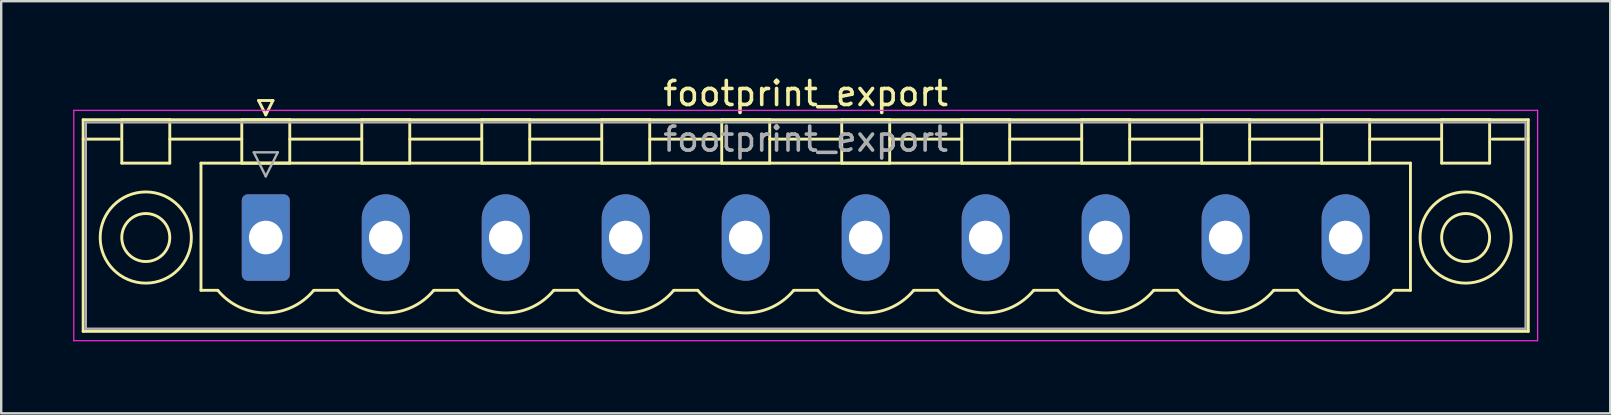
<source format=kicad_pcb>
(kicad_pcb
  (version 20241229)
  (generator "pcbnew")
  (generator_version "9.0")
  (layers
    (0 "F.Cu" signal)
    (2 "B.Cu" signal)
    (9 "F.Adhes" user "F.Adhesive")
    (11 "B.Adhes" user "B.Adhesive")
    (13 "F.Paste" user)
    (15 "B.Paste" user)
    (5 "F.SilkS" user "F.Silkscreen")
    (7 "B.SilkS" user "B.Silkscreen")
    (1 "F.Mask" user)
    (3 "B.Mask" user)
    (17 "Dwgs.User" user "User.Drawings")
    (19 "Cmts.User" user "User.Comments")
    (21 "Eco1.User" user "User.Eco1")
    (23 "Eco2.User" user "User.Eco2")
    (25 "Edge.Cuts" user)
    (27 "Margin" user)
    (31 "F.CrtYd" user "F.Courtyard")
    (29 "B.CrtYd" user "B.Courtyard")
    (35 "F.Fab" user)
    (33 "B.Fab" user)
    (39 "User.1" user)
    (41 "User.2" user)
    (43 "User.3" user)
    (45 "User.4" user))
  (footprint "footprint_export"
    (layer "F.Cu")
    (at 8.025 6.848)
    (property "Reference" "footprint_export" (at 22.5 -6 0) (layer "F.SilkS") (effects (font (size 1 1) (thickness 0.15))))
    (attr through_hole)
    (fp_line (start -7.61 -4.91) (end -7.61 3.91) (stroke (width 0.12) (type solid)) (layer "F.SilkS"))
    (fp_line (start -7.61 -4.1) (end -6.11 -4.1) (stroke (width 0.12) (type solid)) (layer "F.SilkS"))
    (fp_line (start -7.61 3.91) (end 52.61 3.91) (stroke (width 0.12) (type solid)) (layer "F.SilkS"))
    (fp_line (start -6 -4.91) (end -4 -4.91) (stroke (width 0.12) (type solid)) (layer "F.SilkS"))
    (fp_line (start -6 -3.1) (end -6 -4.91) (stroke (width 0.12) (type solid)) (layer "F.SilkS"))
    (fp_line (start -4 -4.91) (end -4 -3.1) (stroke (width 0.12) (type solid)) (layer "F.SilkS"))
    (fp_line (start -4 -4.1) (end -1 -4.1) (stroke (width 0.12) (type solid)) (layer "F.SilkS"))
    (fp_line (start -4 -3.1) (end -6 -3.1) (stroke (width 0.12) (type solid)) (layer "F.SilkS"))
    (fp_line (start -2.7 -3.1) (end 47.7 -3.1) (stroke (width 0.12) (type solid)) (layer "F.SilkS"))
    (fp_line (start -2.7 2.2) (end -2.7 -3.1) (stroke (width 0.12) (type solid)) (layer "F.SilkS"))
    (fp_line (start -2 2.2) (end -2.7 2.2) (stroke (width 0.12) (type solid)) (layer "F.SilkS"))
    (fp_line (start -1 -4.91) (end 1 -4.91) (stroke (width 0.12) (type solid)) (layer "F.SilkS"))
    (fp_line (start -1 -3.1) (end -1 -4.91) (stroke (width 0.12) (type solid)) (layer "F.SilkS"))
    (fp_line (start -0.3 -5.71) (end 0.3 -5.71) (stroke (width 0.12) (type solid)) (layer "F.SilkS"))
    (fp_line (start 0 -5.11) (end -0.3 -5.71) (stroke (width 0.12) (type solid)) (layer "F.SilkS"))
    (fp_line (start 0.3 -5.71) (end 0 -5.11) (stroke (width 0.12) (type solid)) (layer "F.SilkS"))
    (fp_line (start 1 -4.91) (end 1 -3.1) (stroke (width 0.12) (type solid)) (layer "F.SilkS"))
    (fp_line (start 1 -4.1) (end 4 -4.1) (stroke (width 0.12) (type solid)) (layer "F.SilkS"))
    (fp_line (start 1 -3.1) (end -1 -3.1) (stroke (width 0.12) (type solid)) (layer "F.SilkS"))
    (fp_line (start 2 2.2) (end 3 2.2) (stroke (width 0.12) (type solid)) (layer "F.SilkS"))
    (fp_line (start 4 -4.91) (end 6 -4.91) (stroke (width 0.12) (type solid)) (layer "F.SilkS"))
    (fp_line (start 4 -3.1) (end 4 -4.91) (stroke (width 0.12) (type solid)) (layer "F.SilkS"))
    (fp_line (start 6 -4.91) (end 6 -3.1) (stroke (width 0.12) (type solid)) (layer "F.SilkS"))
    (fp_line (start 6 -4.1) (end 9 -4.1) (stroke (width 0.12) (type solid)) (layer "F.SilkS"))
    (fp_line (start 6 -3.1) (end 4 -3.1) (stroke (width 0.12) (type solid)) (layer "F.SilkS"))
    (fp_line (start 7 2.2) (end 8 2.2) (stroke (width 0.12) (type solid)) (layer "F.SilkS"))
    (fp_line (start 9 -4.91) (end 11 -4.91) (stroke (width 0.12) (type solid)) (layer "F.SilkS"))
    (fp_line (start 9 -3.1) (end 9 -4.91) (stroke (width 0.12) (type solid)) (layer "F.SilkS"))
    (fp_line (start 11 -4.91) (end 11 -3.1) (stroke (width 0.12) (type solid)) (layer "F.SilkS"))
    (fp_line (start 11 -4.1) (end 14 -4.1) (stroke (width 0.12) (type solid)) (layer "F.SilkS"))
    (fp_line (start 11 -3.1) (end 9 -3.1) (stroke (width 0.12) (type solid)) (layer "F.SilkS"))
    (fp_line (start 12 2.2) (end 13 2.2) (stroke (width 0.12) (type solid)) (layer "F.SilkS"))
    (fp_line (start 14 -4.91) (end 16 -4.91) (stroke (width 0.12) (type solid)) (layer "F.SilkS"))
    (fp_line (start 14 -3.1) (end 14 -4.91) (stroke (width 0.12) (type solid)) (layer "F.SilkS"))
    (fp_line (start 16 -4.91) (end 16 -3.1) (stroke (width 0.12) (type solid)) (layer "F.SilkS"))
    (fp_line (start 16 -4.1) (end 19 -4.1) (stroke (width 0.12) (type solid)) (layer "F.SilkS"))
    (fp_line (start 16 -3.1) (end 14 -3.1) (stroke (width 0.12) (type solid)) (layer "F.SilkS"))
    (fp_line (start 17 2.2) (end 18 2.2) (stroke (width 0.12) (type solid)) (layer "F.SilkS"))
    (fp_line (start 19 -4.91) (end 21 -4.91) (stroke (width 0.12) (type solid)) (layer "F.SilkS"))
    (fp_line (start 19 -3.1) (end 19 -4.91) (stroke (width 0.12) (type solid)) (layer "F.SilkS"))
    (fp_line (start 21 -4.91) (end 21 -3.1) (stroke (width 0.12) (type solid)) (layer "F.SilkS"))
    (fp_line (start 21 -4.1) (end 24 -4.1) (stroke (width 0.12) (type solid)) (layer "F.SilkS"))
    (fp_line (start 21 -3.1) (end 19 -3.1) (stroke (width 0.12) (type solid)) (layer "F.SilkS"))
    (fp_line (start 22 2.2) (end 23 2.2) (stroke (width 0.12) (type solid)) (layer "F.SilkS"))
    (fp_line (start 24 -4.91) (end 26 -4.91) (stroke (width 0.12) (type solid)) (layer "F.SilkS"))
    (fp_line (start 24 -3.1) (end 24 -4.91) (stroke (width 0.12) (type solid)) (layer "F.SilkS"))
    (fp_line (start 26 -4.91) (end 26 -3.1) (stroke (width 0.12) (type solid)) (layer "F.SilkS"))
    (fp_line (start 26 -4.1) (end 29 -4.1) (stroke (width 0.12) (type solid)) (layer "F.SilkS"))
    (fp_line (start 26 -3.1) (end 24 -3.1) (stroke (width 0.12) (type solid)) (layer "F.SilkS"))
    (fp_line (start 27 2.2) (end 28 2.2) (stroke (width 0.12) (type solid)) (layer "F.SilkS"))
    (fp_line (start 29 -4.91) (end 31 -4.91) (stroke (width 0.12) (type solid)) (layer "F.SilkS"))
    (fp_line (start 29 -3.1) (end 29 -4.91) (stroke (width 0.12) (type solid)) (layer "F.SilkS"))
    (fp_line (start 31 -4.91) (end 31 -3.1) (stroke (width 0.12) (type solid)) (layer "F.SilkS"))
    (fp_line (start 31 -4.1) (end 34 -4.1) (stroke (width 0.12) (type solid)) (layer "F.SilkS"))
    (fp_line (start 31 -3.1) (end 29 -3.1) (stroke (width 0.12) (type solid)) (layer "F.SilkS"))
    (fp_line (start 32 2.2) (end 33 2.2) (stroke (width 0.12) (type solid)) (layer "F.SilkS"))
    (fp_line (start 34 -4.91) (end 36 -4.91) (stroke (width 0.12) (type solid)) (layer "F.SilkS"))
    (fp_line (start 34 -3.1) (end 34 -4.91) (stroke (width 0.12) (type solid)) (layer "F.SilkS"))
    (fp_line (start 36 -4.91) (end 36 -3.1) (stroke (width 0.12) (type solid)) (layer "F.SilkS"))
    (fp_line (start 36 -4.1) (end 39 -4.1) (stroke (width 0.12) (type solid)) (layer "F.SilkS"))
    (fp_line (start 36 -3.1) (end 34 -3.1) (stroke (width 0.12) (type solid)) (layer "F.SilkS"))
    (fp_line (start 37 2.2) (end 38 2.2) (stroke (width 0.12) (type solid)) (layer "F.SilkS"))
    (fp_line (start 39 -4.91) (end 41 -4.91) (stroke (width 0.12) (type solid)) (layer "F.SilkS"))
    (fp_line (start 39 -3.1) (end 39 -4.91) (stroke (width 0.12) (type solid)) (layer "F.SilkS"))
    (fp_line (start 41 -4.91) (end 41 -3.1) (stroke (width 0.12) (type solid)) (layer "F.SilkS"))
    (fp_line (start 41 -4.1) (end 44 -4.1) (stroke (width 0.12) (type solid)) (layer "F.SilkS"))
    (fp_line (start 41 -3.1) (end 39 -3.1) (stroke (width 0.12) (type solid)) (layer "F.SilkS"))
    (fp_line (start 42 2.2) (end 43 2.2) (stroke (width 0.12) (type solid)) (layer "F.SilkS"))
    (fp_line (start 44 -4.91) (end 46 -4.91) (stroke (width 0.12) (type solid)) (layer "F.SilkS"))
    (fp_line (start 44 -3.1) (end 44 -4.91) (stroke (width 0.12) (type solid)) (layer "F.SilkS"))
    (fp_line (start 46 -4.91) (end 46 -3.1) (stroke (width 0.12) (type solid)) (layer "F.SilkS"))
    (fp_line (start 46 -4.1) (end 49 -4.1) (stroke (width 0.12) (type solid)) (layer "F.SilkS"))
    (fp_line (start 46 -3.1) (end 44 -3.1) (stroke (width 0.12) (type solid)) (layer "F.SilkS"))
    (fp_line (start 47.7 -3.1) (end 47.7 2.2) (stroke (width 0.12) (type solid)) (layer "F.SilkS"))
    (fp_line (start 47.7 2.2) (end 47 2.2) (stroke (width 0.12) (type solid)) (layer "F.SilkS"))
    (fp_line (start 49 -4.91) (end 51 -4.91) (stroke (width 0.12) (type solid)) (layer "F.SilkS"))
    (fp_line (start 49 -3.1) (end 49 -4.91) (stroke (width 0.12) (type solid)) (layer "F.SilkS"))
    (fp_line (start 51 -4.91) (end 51 -3.1) (stroke (width 0.12) (type solid)) (layer "F.SilkS"))
    (fp_line (start 51 -3.1) (end 49 -3.1) (stroke (width 0.12) (type solid)) (layer "F.SilkS"))
    (fp_line (start 52.61 -4.91) (end -7.61 -4.91) (stroke (width 0.12) (type solid)) (layer "F.SilkS"))
    (fp_line (start 52.61 -4.1) (end 51.11 -4.1) (stroke (width 0.12) (type solid)) (layer "F.SilkS"))
    (fp_line (start 52.61 3.91) (end 52.61 -4.91) (stroke (width 0.12) (type solid)) (layer "F.SilkS"))
    (fp_arc (start 1.986842 2.215821) (mid -0.010289 3.142758) (end -2 2.2) (stroke (width 0.12) (type solid)) (layer "F.SilkS"))
    (fp_arc (start 6.986842 2.215821) (mid 4.989711 3.142758) (end 3 2.2) (stroke (width 0.12) (type solid)) (layer "F.SilkS"))
    (fp_arc (start 11.986842 2.215821) (mid 9.989711 3.142758) (end 8 2.2) (stroke (width 0.12) (type solid)) (layer "F.SilkS"))
    (fp_arc (start 16.986842 2.215821) (mid 14.989711 3.142758) (end 13 2.2) (stroke (width 0.12) (type solid)) (layer "F.SilkS"))
    (fp_arc (start 21.986842 2.215821) (mid 19.989711 3.142758) (end 18 2.2) (stroke (width 0.12) (type solid)) (layer "F.SilkS"))
    (fp_arc (start 26.986842 2.215821) (mid 24.989711 3.142758) (end 23 2.2) (stroke (width 0.12) (type solid)) (layer "F.SilkS"))
    (fp_arc (start 31.986842 2.215821) (mid 29.989711 3.142758) (end 28 2.2) (stroke (width 0.12) (type solid)) (layer "F.SilkS"))
    (fp_arc (start 36.986842 2.215821) (mid 34.989711 3.142758) (end 33 2.2) (stroke (width 0.12) (type solid)) (layer "F.SilkS"))
    (fp_arc (start 41.986842 2.215821) (mid 39.989711 3.142758) (end 38 2.2) (stroke (width 0.12) (type solid)) (layer "F.SilkS"))
    (fp_arc (start 46.986842 2.215821) (mid 44.989711 3.142758) (end 43 2.2) (stroke (width 0.12) (type solid)) (layer "F.SilkS"))
    (fp_circle (center -5 0) (end -4 0) (stroke (width 0.12) (type solid)) (fill no) (layer "F.SilkS"))
    (fp_circle (center -5 0) (end -3.1 0) (stroke (width 0.12) (type solid)) (fill no) (layer "F.SilkS"))
    (fp_circle (center 50 0) (end 51 0) (stroke (width 0.12) (type solid)) (fill no) (layer "F.SilkS"))
    (fp_circle (center 50 0) (end 51.9 0) (stroke (width 0.12) (type solid)) (fill no) (layer "F.SilkS"))
    (fp_line (start -8 -5.3) (end -8 4.3) (stroke (width 0.05) (type solid)) (layer "F.CrtYd"))
    (fp_line (start -8 4.3) (end 53 4.3) (stroke (width 0.05) (type solid)) (layer "F.CrtYd"))
    (fp_line (start 53 -5.3) (end -8 -5.3) (stroke (width 0.05) (type solid)) (layer "F.CrtYd"))
    (fp_line (start 53 4.3) (end 53 -5.3) (stroke (width 0.05) (type solid)) (layer "F.CrtYd"))
    (fp_line (start -7.5 -4.8) (end -7.5 3.8) (stroke (width 0.1) (type solid)) (layer "F.Fab"))
    (fp_line (start -7.5 3.8) (end 52.5 3.8) (stroke (width 0.1) (type solid)) (layer "F.Fab"))
    (fp_line (start -0.5 -3.55) (end 0.5 -3.55) (stroke (width 0.1) (type solid)) (layer "F.Fab"))
    (fp_line (start 0 -2.55) (end -0.5 -3.55) (stroke (width 0.1) (type solid)) (layer "F.Fab"))
    (fp_line (start 0.5 -3.55) (end 0 -2.55) (stroke (width 0.1) (type solid)) (layer "F.Fab"))
    (fp_line (start 52.5 -4.8) (end -7.5 -4.8) (stroke (width 0.1) (type solid)) (layer "F.Fab"))
    (fp_line (start 52.5 3.8) (end 52.5 -4.8) (stroke (width 0.1) (type solid)) (layer "F.Fab"))
    (fp_text user "${REFERENCE}" (at 22.5 -4.1 0) (layer "F.Fab") (effects (font (size 1 1) (thickness 0.15))))
    (pad "1" thru_hole roundrect (at 0 0) (size 2 3.6) (drill 1.4) (layers "*.Cu" "*.Mask") (roundrect_rratio 0.125))
    (pad "2" thru_hole oval (at 5 0) (size 2 3.6) (drill 1.4) (layers "*.Cu" "*.Mask"))
    (pad "3" thru_hole oval (at 10 0) (size 2 3.6) (drill 1.4) (layers "*.Cu" "*.Mask"))
    (pad "4" thru_hole oval (at 15 0) (size 2 3.6) (drill 1.4) (layers "*.Cu" "*.Mask"))
    (pad "5" thru_hole oval (at 20 0) (size 2 3.6) (drill 1.4) (layers "*.Cu" "*.Mask"))
    (pad "6" thru_hole oval (at 25 0) (size 2 3.6) (drill 1.4) (layers "*.Cu" "*.Mask"))
    (pad "7" thru_hole oval (at 30 0) (size 2 3.6) (drill 1.4) (layers "*.Cu" "*.Mask"))
    (pad "8" thru_hole oval (at 35 0) (size 2 3.6) (drill 1.4) (layers "*.Cu" "*.Mask"))
    (pad "9" thru_hole oval (at 40 0) (size 2 3.6) (drill 1.4) (layers "*.Cu" "*.Mask"))
    (pad "10" thru_hole oval (at 45 0) (size 2 3.6) (drill 1.4) (layers "*.Cu" "*.Mask")))
  (gr_rect
    (start -3 -3)
    (end 64.05 14.173)
    (stroke (width 0.1) (type default))
    (fill no)
    (layer "Edge.Cuts")))
</source>
